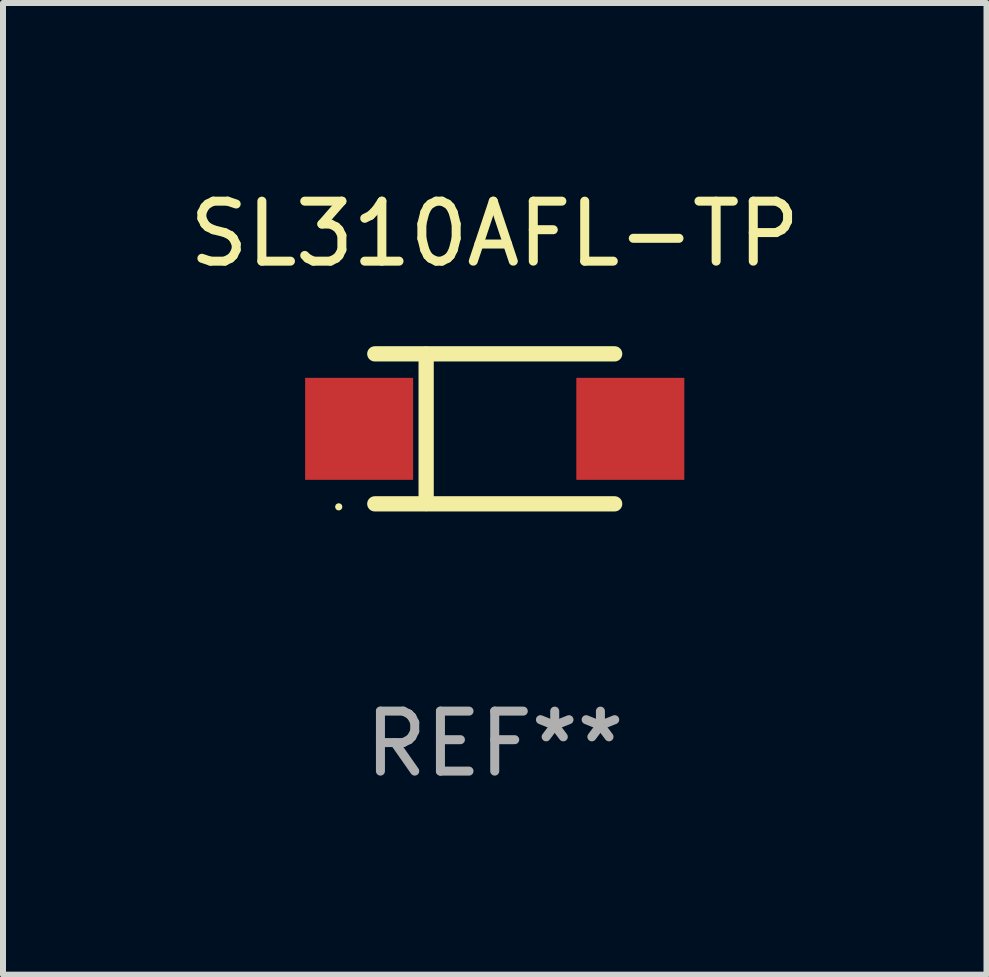
<source format=kicad_pcb>
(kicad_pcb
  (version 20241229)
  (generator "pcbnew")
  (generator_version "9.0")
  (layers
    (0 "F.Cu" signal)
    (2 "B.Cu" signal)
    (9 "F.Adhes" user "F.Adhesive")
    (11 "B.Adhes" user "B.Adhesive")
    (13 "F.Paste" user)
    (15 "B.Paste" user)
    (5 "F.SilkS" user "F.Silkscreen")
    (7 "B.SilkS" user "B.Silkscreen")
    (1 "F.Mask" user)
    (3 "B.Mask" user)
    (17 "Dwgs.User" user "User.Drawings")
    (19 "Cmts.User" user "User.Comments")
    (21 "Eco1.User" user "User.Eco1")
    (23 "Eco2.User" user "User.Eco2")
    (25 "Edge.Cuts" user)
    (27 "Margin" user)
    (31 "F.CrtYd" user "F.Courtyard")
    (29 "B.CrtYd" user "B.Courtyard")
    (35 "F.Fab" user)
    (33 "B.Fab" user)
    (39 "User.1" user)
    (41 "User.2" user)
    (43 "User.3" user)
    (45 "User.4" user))
  (footprint "SL310AFL-TP"
    (layer "F.Cu")
    (at 5.196 4.098)
    (property "Reference" "SL310AFL-TP" (at 0 -3.25 0) (layer "F.SilkS") (effects (font (size 1 1) (thickness 0.15))))
    (attr through_hole)
    (fp_line (start -1.999 -1.25) (end 1.999 -1.25) (stroke (width 0.254) (type solid)) (layer "F.SilkS"))
    (fp_line (start -1.143 -1.245) (end -1.143 1.245) (stroke (width 0.254) (type solid)) (layer "F.SilkS"))
    (fp_line (start 1.999 1.25) (end -1.999 1.25) (stroke (width 0.254) (type solid)) (layer "F.SilkS"))
    (fp_circle (center -2.6 1.3) (end -2.57 1.3) (stroke (width 0.06) (type solid)) (fill no) (layer "F.SilkS"))
    (fp_text user "REF**" (at 0 5.25 0) (layer "F.Fab") (effects (font (size 1 1) (thickness 0.15))))
    (pad "1" smd rect (at -2.26 0) (size 1.8 1.7) (layers "F.Cu" "F.Mask" "F.Paste"))
    (pad "2" smd rect (at 2.26 0) (size 1.8 1.7) (layers "F.Cu" "F.Mask" "F.Paste")))
  (gr_rect
    (start -3 -3)
    (end 13.393 13.196)
    (stroke (width 0.1) (type default))
    (fill no)
    (layer "Edge.Cuts")))
</source>
